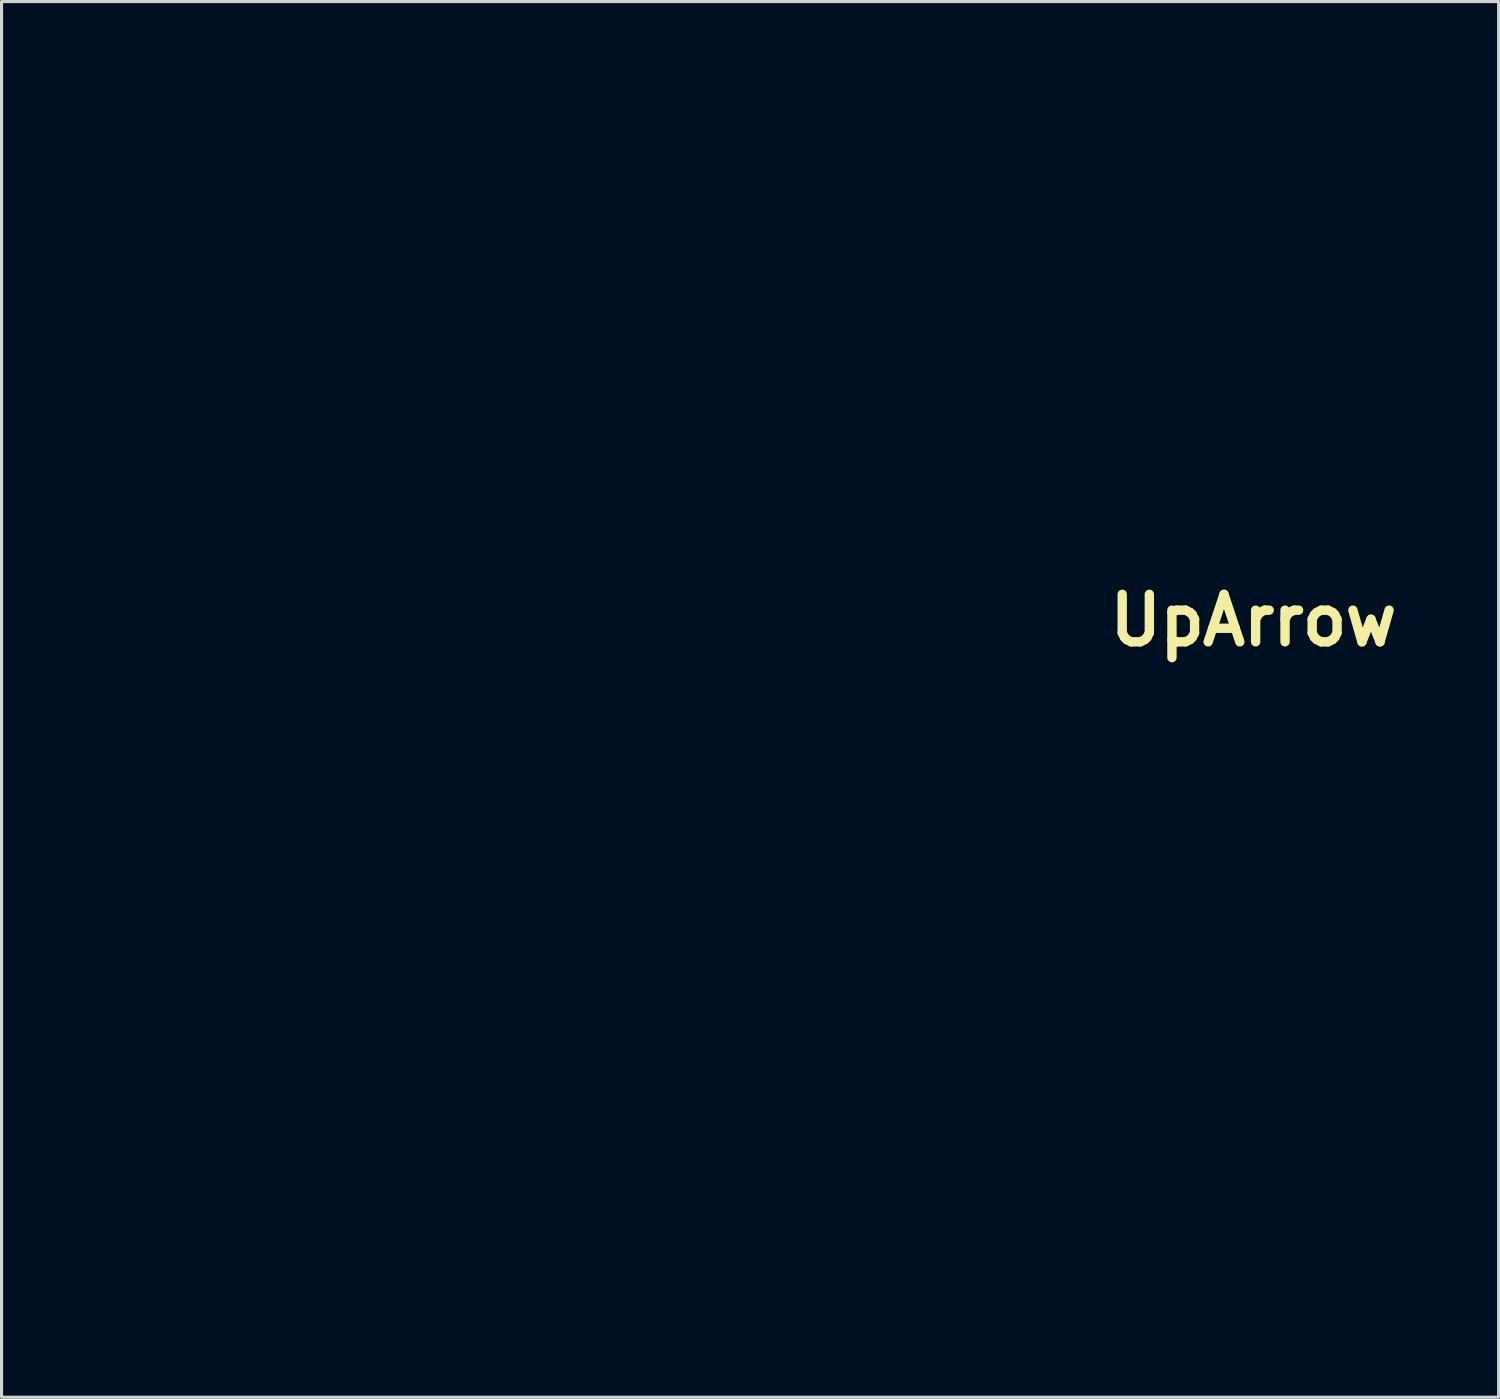
<source format=kicad_pcb>
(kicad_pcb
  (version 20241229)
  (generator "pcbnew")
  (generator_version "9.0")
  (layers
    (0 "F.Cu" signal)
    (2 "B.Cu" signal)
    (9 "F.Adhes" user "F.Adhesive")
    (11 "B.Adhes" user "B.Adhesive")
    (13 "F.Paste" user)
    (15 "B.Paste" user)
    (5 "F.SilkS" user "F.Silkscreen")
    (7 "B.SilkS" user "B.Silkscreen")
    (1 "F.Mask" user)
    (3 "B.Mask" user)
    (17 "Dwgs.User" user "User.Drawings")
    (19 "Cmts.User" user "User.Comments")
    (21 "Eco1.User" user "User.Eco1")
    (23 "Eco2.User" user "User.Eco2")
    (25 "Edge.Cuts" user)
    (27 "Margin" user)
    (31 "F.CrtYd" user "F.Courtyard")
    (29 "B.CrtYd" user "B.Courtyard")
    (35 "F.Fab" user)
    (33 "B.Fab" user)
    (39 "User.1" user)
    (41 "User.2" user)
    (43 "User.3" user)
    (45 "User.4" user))
  (footprint "UpArrow"
    (layer "F.Cu")
    (at 37.169 16.856)
    (property "Reference" "UpArrow" (at 0 0 0) (layer "F.SilkS") (effects (font (size 1.524 1.524) (thickness 0.3))))
    (attr through_hole)
    (fp_poly (pts (xy -7.848 -7.47) (xy -6.004 -5.61) (xy -4.272 -3.857) (xy -2.69 -2.25) (xy -1.295 -0.826) (xy -0.124 0.377) (xy 0.786 1.321) (xy 1.398 1.967) (xy 1.674 2.278) (xy 1.684 2.292) (xy 1.693 2.43) (xy 1.5 2.531) (xy 1.04 2.6) (xy 0.249 2.643) (xy -0.937 2.666) (xy -2.583 2.674) (xy -2.896 2.674) (xy -7.69 2.674) (xy -7.887 12.299) (xy -8.085 21.924) (xy -14.938 21.867) (xy -17.018 21.847) (xy -19.12 21.822) (xy -21.121 21.795) (xy -22.9 21.767) (xy -24.336 21.739) (xy -24.956 21.724) (xy -28.122 21.639) (xy -27.967 17.036) (xy -27.904 15.134) (xy -27.832 12.914) (xy -27.757 10.595) (xy -27.688 8.393) (xy -27.654 7.321) (xy -27.496 2.209) (xy -32.33 2.013) (xy -33.871 1.94) (xy -35.209 1.853) (xy -36.259 1.762) (xy -36.939 1.672) (xy -37.164 1.597) (xy -36.974 1.294) (xy -36.513 0.864) (xy -36.482 0.839) (xy -36.144 0.546) (xy -35.458 -0.07) (xy -34.471 -0.969) (xy -33.226 -2.108) (xy -31.768 -3.448) (xy -30.141 -4.948) (xy -28.391 -6.566) (xy -27.458 -7.43) (xy -25.648 -9.106) (xy -23.926 -10.698) (xy -22.341 -12.162) (xy -20.937 -13.454) (xy -19.763 -14.533) (xy -18.865 -15.354) (xy -18.29 -15.875) (xy -18.142 -16.006) (xy -17.166 -16.851) (xy -7.848 -7.47)) (stroke (width 0.01) (type solid)) (fill yes) (layer "F.Mask")))
  (gr_rect
    (start -3 -3)
    (end 45.039 41.786)
    (stroke (width 0.1) (type default))
    (fill no)
    (layer "Edge.Cuts")))
</source>
